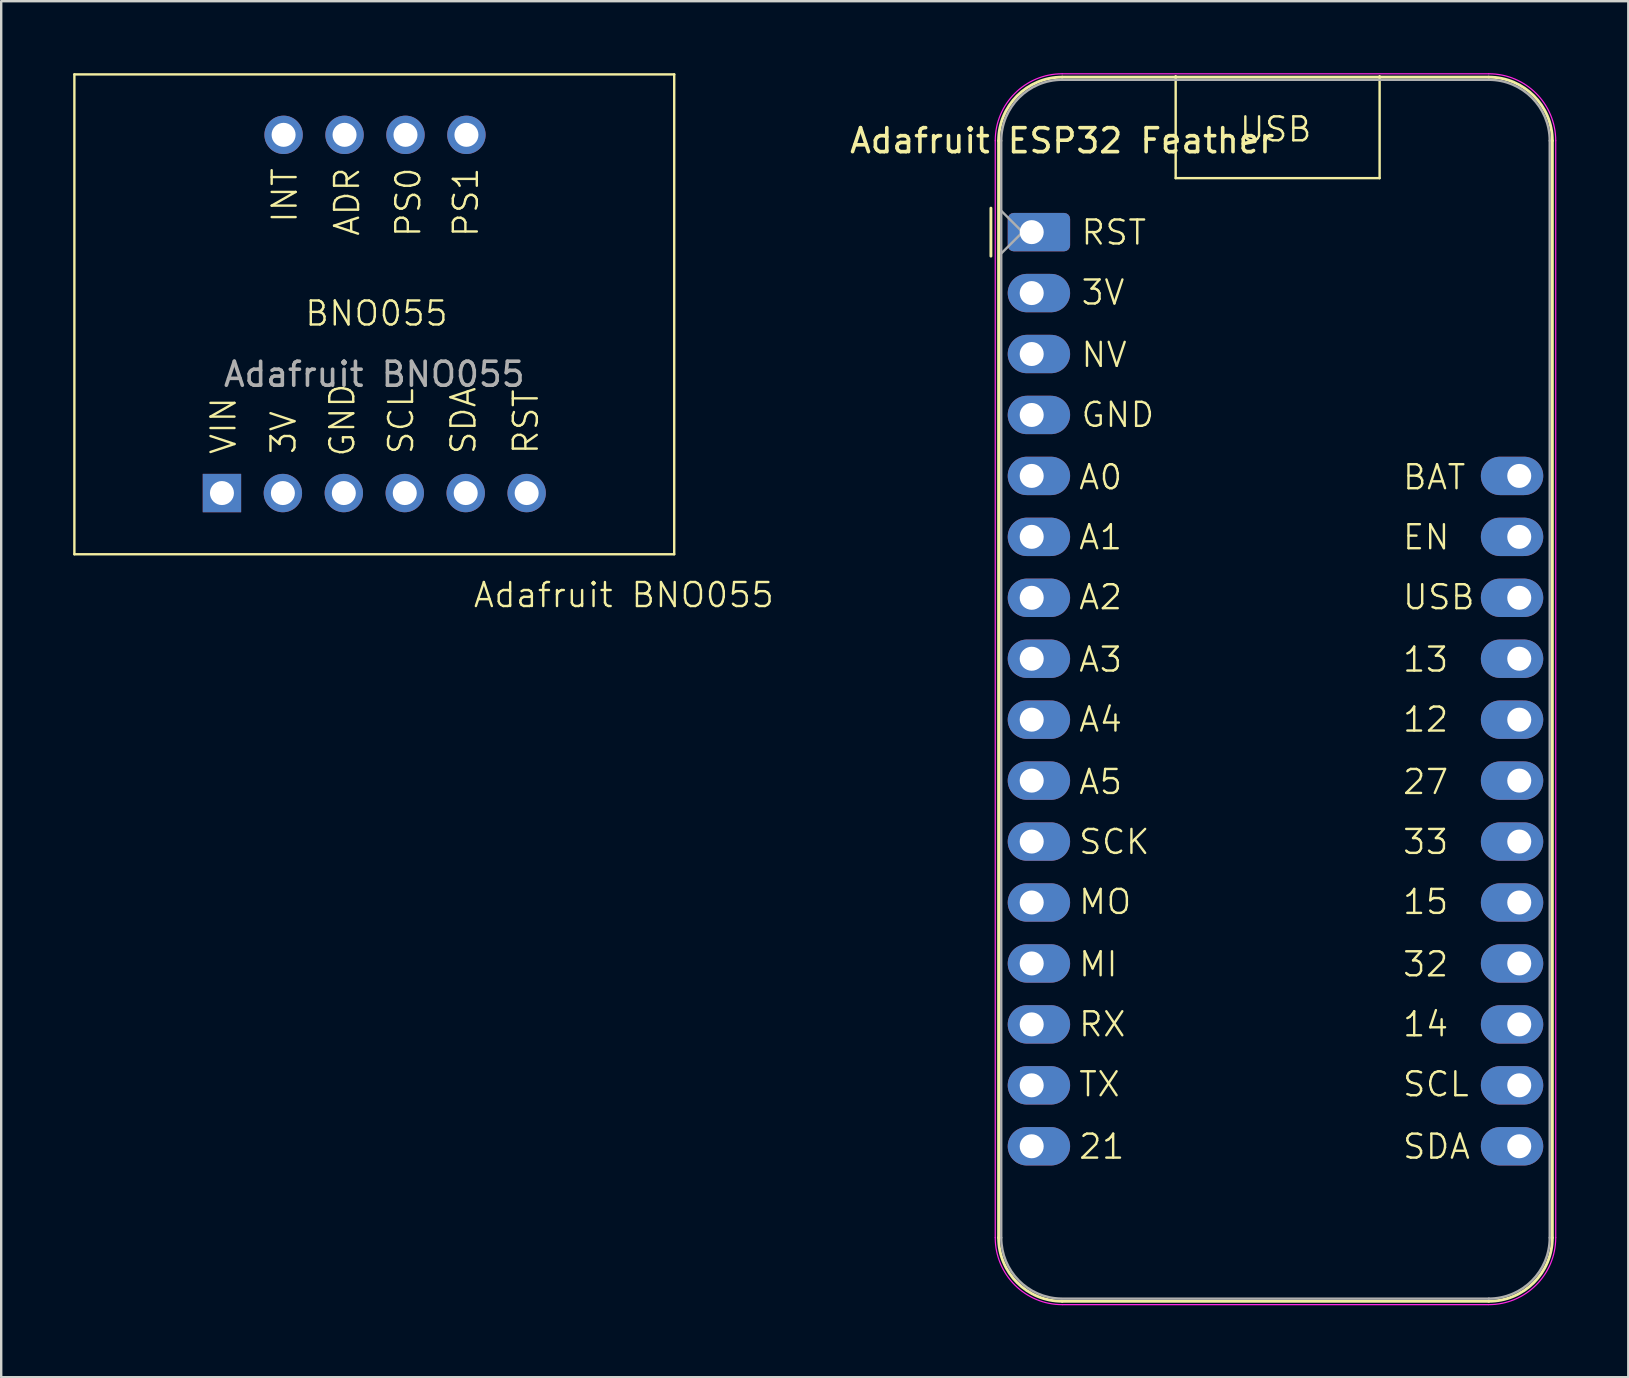
<source format=kicad_pcb>
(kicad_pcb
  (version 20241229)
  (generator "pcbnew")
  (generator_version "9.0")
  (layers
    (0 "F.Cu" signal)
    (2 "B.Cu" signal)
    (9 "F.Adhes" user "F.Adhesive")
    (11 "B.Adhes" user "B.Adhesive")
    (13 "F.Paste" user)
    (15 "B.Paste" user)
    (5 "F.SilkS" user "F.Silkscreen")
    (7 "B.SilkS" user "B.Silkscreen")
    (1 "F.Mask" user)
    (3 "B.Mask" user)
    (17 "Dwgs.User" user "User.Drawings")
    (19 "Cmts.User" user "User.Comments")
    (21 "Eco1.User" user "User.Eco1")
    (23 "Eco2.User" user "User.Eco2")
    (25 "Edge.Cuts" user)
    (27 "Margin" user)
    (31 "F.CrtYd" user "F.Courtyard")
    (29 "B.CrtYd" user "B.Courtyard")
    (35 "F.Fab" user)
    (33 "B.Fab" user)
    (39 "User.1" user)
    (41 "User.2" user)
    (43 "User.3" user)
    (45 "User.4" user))
  (footprint "Adafruit BNO055"
    (layer "F.Cu")
    (at 12.55 10.05)
    (property "Reference" "Adafruit BNO055" (at 10.4 11.7 0) (unlocked yes) (layer "F.SilkS") (effects (font (size 1 1) (thickness 0.1))))
    (attr through_hole)
    (fp_line (start -12.5 -10) (end 12.5 -10) (stroke (width 0.1) (type default)) (layer "F.SilkS"))
    (fp_line (start -12.5 10) (end -12.5 -10) (stroke (width 0.1) (type default)) (layer "F.SilkS"))
    (fp_line (start 12.5 -10) (end 12.5 10) (stroke (width 0.1) (type default)) (layer "F.SilkS"))
    (fp_line (start 12.5 10) (end -12.5 10) (stroke (width 0.1) (type default)) (layer "F.SilkS"))
    (fp_text user "SDA" (at 4.3 5.9 90) (unlocked yes) (layer "F.SilkS") (effects (font (size 1 1) (thickness 0.1)) (justify left bottom)))
    (fp_text user "BNO055" (at -2.95 0.55 0) (unlocked yes) (layer "F.SilkS") (effects (font (size 1 1) (thickness 0.1)) (justify left bottom)))
    (fp_text user "PS0" (at 2 -3.15 90) (unlocked yes) (layer "F.SilkS") (effects (font (size 1 1) (thickness 0.1)) (justify left bottom)))
    (fp_text user "GND" (at -0.75 6 90) (unlocked yes) (layer "F.SilkS") (effects (font (size 1 1) (thickness 0.1)) (justify left bottom)))
    (fp_text user "RST" (at 6.9 5.9 90) (unlocked yes) (layer "F.SilkS") (effects (font (size 1 1) (thickness 0.1)) (justify left bottom)))
    (fp_text user "ADR" (at -0.55 -3.2 90) (unlocked yes) (layer "F.SilkS") (effects (font (size 1 1) (thickness 0.1)) (justify left bottom)))
    (fp_text user "INT" (at -3.15 -3.75 90) (unlocked yes) (layer "F.SilkS") (effects (font (size 1 1) (thickness 0.1)) (justify left bottom)))
    (fp_text user "SCL" (at 1.7 5.9 90) (unlocked yes) (layer "F.SilkS") (effects (font (size 1 1) (thickness 0.1)) (justify left bottom)))
    (fp_text user "VIN" (at -5.7 5.9 90) (unlocked yes) (layer "F.SilkS") (effects (font (size 1 1) (thickness 0.1)) (justify left bottom)))
    (fp_text user "PS1" (at 4.4 -3.15 90) (unlocked yes) (layer "F.SilkS") (effects (font (size 1 1) (thickness 0.1)) (justify left bottom)))
    (fp_text user "3V" (at -3.2 5.9 90) (unlocked yes) (layer "F.SilkS") (effects (font (size 1 1) (thickness 0.1)) (justify left bottom)))
    (fp_text user "${REFERENCE}" (at 0 2.5 0) (unlocked yes) (layer "F.Fab") (effects (font (size 1 1) (thickness 0.15))))
    (pad "2" thru_hole circle (at -1.27 7.45) (size 1.6 1.6) (drill 1) (layers "*.Cu" "*.Mask"))
    (pad "3" thru_hole rect (at -6.35 7.45) (size 1.6 1.6) (drill 1) (layers "*.Cu" "*.Mask"))
    (pad "4" thru_hole circle (at -3.81 7.45) (size 1.6 1.6) (drill 1) (layers "*.Cu" "*.Mask"))
    (pad "5" thru_hole circle (at 3.84 -7.48) (size 1.6 1.6) (drill 1) (layers "*.Cu" "*.Mask"))
    (pad "6" thru_hole circle (at 1.3 -7.48) (size 1.6 1.6) (drill 1) (layers "*.Cu" "*.Mask"))
    (pad "11" thru_hole circle (at 6.35 7.45) (size 1.6 1.6) (drill 1) (layers "*.Cu" "*.Mask"))
    (pad "14" thru_hole circle (at -3.78 -7.48) (size 1.6 1.6) (drill 1) (layers "*.Cu" "*.Mask"))
    (pad "17" thru_hole circle (at -1.24 -7.48) (size 1.6 1.6) (drill 1) (layers "*.Cu" "*.Mask"))
    (pad "19" thru_hole circle (at 1.27 7.45) (size 1.6 1.6) (drill 1) (layers "*.Cu" "*.Mask"))
    (pad "20" thru_hole circle (at 3.81 7.45) (size 1.6 1.6) (drill 1) (layers "*.Cu" "*.Mask"))
    (zone (net_name "") (layer "F.SilkS") (hatch edge 0.5) (connect_pads) (min_thickness 0.25) (filled_areas_thickness no) (keepout (tracks allowed) (vias allowed) (pads not_allowed) (copperpour allowed) (footprints not_allowed)) (placement (enabled no)) (fill) (polygon (pts (xy 0.05 0.05) (xy 25.05 0.05) (xy 25.05 20.05) (xy 0.05 20.05)))))
  (footprint "Adafruit ESP32 Feather"
    (layer "F.Cu")
    (at 39.95 6.625)
    (property "Reference" "Adafruit ESP32 Feather" (at 1.27 -3.81 180) (layer "F.SilkS") (effects (font (size 1 1) (thickness 0.15))))
    (attr through_hole)
    (fp_line (start -1.7 1) (end -1.7 -1) (stroke (width 0.12) (type solid)) (layer "F.SilkS"))
    (fp_line (start -1.38 -3.81) (end -1.38 41.91) (stroke (width 0.12) (type solid)) (layer "F.SilkS"))
    (fp_line (start 6 -6.5) (end 6 -2.25) (stroke (width 0.1) (type default)) (layer "F.SilkS"))
    (fp_line (start 6 -2.25) (end 14.5 -2.25) (stroke (width 0.1) (type default)) (layer "F.SilkS"))
    (fp_line (start 14.5 -2.25) (end 14.5 -6.5) (stroke (width 0.1) (type default)) (layer "F.SilkS"))
    (fp_line (start 19.05 -6.46) (end 1.27 -6.46) (stroke (width 0.12) (type solid)) (layer "F.SilkS"))
    (fp_line (start 19.05 44.56) (end 1.27 44.56) (stroke (width 0.12) (type solid)) (layer "F.SilkS"))
    (fp_line (start 21.7 -3.81) (end 21.7 41.91) (stroke (width 0.12) (type solid)) (layer "F.SilkS"))
    (fp_arc (start -1.38 -3.81) (mid -0.603833 -5.683833) (end 1.27 -6.46) (stroke (width 0.12) (type solid)) (layer "F.SilkS"))
    (fp_arc (start 1.27 44.56) (mid -0.603833 43.783833) (end -1.38 41.91) (stroke (width 0.12) (type solid)) (layer "F.SilkS"))
    (fp_arc (start 19.05 -6.46) (mid 20.923833 -5.683833) (end 21.7 -3.81) (stroke (width 0.12) (type solid)) (layer "F.SilkS"))
    (fp_arc (start 21.7 41.91) (mid 20.923833 43.783833) (end 19.05 44.56) (stroke (width 0.12) (type solid)) (layer "F.SilkS"))
    (fp_line (start -1.52 41.91) (end -1.52 -3.81) (stroke (width 0.05) (type solid)) (layer "F.CrtYd"))
    (fp_line (start 19.05 -6.6) (end 1.27 -6.6) (stroke (width 0.05) (type solid)) (layer "F.CrtYd"))
    (fp_line (start 19.05 44.7) (end 1.27 44.7) (stroke (width 0.05) (type solid)) (layer "F.CrtYd"))
    (fp_line (start 21.84 41.91) (end 21.84 -3.81) (stroke (width 0.05) (type solid)) (layer "F.CrtYd"))
    (fp_arc (start -1.52 -3.81) (mid -0.702828 -5.782828) (end 1.27 -6.6) (stroke (width 0.05) (type solid)) (layer "F.CrtYd"))
    (fp_arc (start 1.27 44.7) (mid -0.702828 43.882828) (end -1.52 41.91) (stroke (width 0.05) (type solid)) (layer "F.CrtYd"))
    (fp_arc (start 19.05 -6.6) (mid 21.022828 -5.782828) (end 21.84 -3.81) (stroke (width 0.05) (type solid)) (layer "F.CrtYd"))
    (fp_arc (start 21.84 41.91) (mid 21.022828 43.882828) (end 19.05 44.7) (stroke (width 0.05) (type solid)) (layer "F.CrtYd"))
    (fp_line (start -1.27 -3.81) (end -1.27 41.91) (stroke (width 0.1) (type solid)) (layer "F.Fab"))
    (fp_line (start -1.27 -0.889) (end -0.381 0) (stroke (width 0.1) (type solid)) (layer "F.Fab"))
    (fp_line (start -0.381 0) (end -1.27 0.889) (stroke (width 0.1) (type solid)) (layer "F.Fab"))
    (fp_line (start 1.27 44.45) (end 19.05 44.45) (stroke (width 0.1) (type solid)) (layer "F.Fab"))
    (fp_line (start 19.05 -6.35) (end 1.27 -6.35) (stroke (width 0.1) (type solid)) (layer "F.Fab"))
    (fp_line (start 21.59 41.91) (end 21.59 -3.81) (stroke (width 0.1) (type solid)) (layer "F.Fab"))
    (fp_arc (start -1.27 -3.81) (mid -0.526051 -5.606051) (end 1.27 -6.35) (stroke (width 0.1) (type solid)) (layer "F.Fab"))
    (fp_arc (start 1.221238 44.449532) (mid -0.543209 43.688728) (end -1.27 41.91) (stroke (width 0.1) (type solid)) (layer "F.Fab"))
    (fp_arc (start 19.05 -6.35) (mid 20.846051 -5.606051) (end 21.59 -3.81) (stroke (width 0.1) (type solid)) (layer "F.Fab"))
    (fp_arc (start 21.59 41.91) (mid 20.846051 43.706051) (end 19.05 44.45) (stroke (width 0.1) (type solid)) (layer "F.Fab"))
    (fp_text user "BAT" (at 15.4 10.8 0) (unlocked yes) (layer "F.SilkS") (effects (font (size 1 1) (thickness 0.1)) (justify left bottom)))
    (fp_text user "A0" (at 1.9 10.8 0) (unlocked yes) (layer "F.SilkS") (effects (font (size 1 1) (thickness 0.1)) (justify left bottom)))
    (fp_text user "A3" (at 1.9 18.4 0) (unlocked yes) (layer "F.SilkS") (effects (font (size 1 1) (thickness 0.1)) (justify left bottom)))
    (fp_text user "21" (at 1.9 38.7 0) (unlocked yes) (layer "F.SilkS") (effects (font (size 1 1) (thickness 0.1)) (justify left bottom)))
    (fp_text user "RST" (at 2 0.6 0) (unlocked yes) (layer "F.SilkS") (effects (font (size 1 1) (thickness 0.1)) (justify left bottom)))
    (fp_text user "USB" (at 8.6 -3.7 0) (unlocked yes) (layer "F.SilkS") (effects (font (size 1 1) (thickness 0.1)) (justify left bottom)))
    (fp_text user "A4" (at 1.9 20.9 0) (unlocked yes) (layer "F.SilkS") (effects (font (size 1 1) (thickness 0.1)) (justify left bottom)))
    (fp_text user "SCK" (at 1.9 26 0) (unlocked yes) (layer "F.SilkS") (effects (font (size 1 1) (thickness 0.1)) (justify left bottom)))
    (fp_text user "USB" (at 15.4 15.8 0) (unlocked yes) (layer "F.SilkS") (effects (font (size 1 1) (thickness 0.1)) (justify left bottom)))
    (fp_text user "MO" (at 1.9 28.5 0) (unlocked yes) (layer "F.SilkS") (effects (font (size 1 1) (thickness 0.1)) (justify left bottom)))
    (fp_text user "3V" (at 2 3.1 0) (unlocked yes) (layer "F.SilkS") (effects (font (size 1 1) (thickness 0.1)) (justify left bottom)))
    (fp_text user "SDA" (at 15.4 38.7 0) (unlocked yes) (layer "F.SilkS") (effects (font (size 1 1) (thickness 0.1)) (justify left bottom)))
    (fp_text user "14" (at 15.4 33.6 0) (unlocked yes) (layer "F.SilkS") (effects (font (size 1 1) (thickness 0.1)) (justify left bottom)))
    (fp_text user "32" (at 15.4 31.1 0) (unlocked yes) (layer "F.SilkS") (effects (font (size 1 1) (thickness 0.1)) (justify left bottom)))
    (fp_text user "A2" (at 1.9 15.8 0) (unlocked yes) (layer "F.SilkS") (effects (font (size 1 1) (thickness 0.1)) (justify left bottom)))
    (fp_text user "A1" (at 1.9 13.3 0) (unlocked yes) (layer "F.SilkS") (effects (font (size 1 1) (thickness 0.1)) (justify left bottom)))
    (fp_text user "A5" (at 1.9 23.5 0) (unlocked yes) (layer "F.SilkS") (effects (font (size 1 1) (thickness 0.1)) (justify left bottom)))
    (fp_text user "33" (at 15.4 26 0) (unlocked yes) (layer "F.SilkS") (effects (font (size 1 1) (thickness 0.1)) (justify left bottom)))
    (fp_text user "EN" (at 15.4 13.3 0) (unlocked yes) (layer "F.SilkS") (effects (font (size 1 1) (thickness 0.1)) (justify left bottom)))
    (fp_text user "15" (at 15.4 28.5 0) (unlocked yes) (layer "F.SilkS") (effects (font (size 1 1) (thickness 0.1)) (justify left bottom)))
    (fp_text user "MI" (at 1.9 31.1 0) (unlocked yes) (layer "F.SilkS") (effects (font (size 1 1) (thickness 0.1)) (justify left bottom)))
    (fp_text user "NV" (at 2 5.7 0) (unlocked yes) (layer "F.SilkS") (effects (font (size 1 1) (thickness 0.1)) (justify left bottom)))
    (fp_text user "13" (at 15.4 18.4 0) (unlocked yes) (layer "F.SilkS") (effects (font (size 1 1) (thickness 0.1)) (justify left bottom)))
    (fp_text user "RX" (at 1.9 33.6 0) (unlocked yes) (layer "F.SilkS") (effects (font (size 1 1) (thickness 0.1)) (justify left bottom)))
    (fp_text user "TX" (at 1.9 36.1 0) (unlocked yes) (layer "F.SilkS") (effects (font (size 1 1) (thickness 0.1)) (justify left bottom)))
    (fp_text user "12" (at 15.4 20.9 0) (unlocked yes) (layer "F.SilkS") (effects (font (size 1 1) (thickness 0.1)) (justify left bottom)))
    (fp_text user "27" (at 15.4 23.5 0) (unlocked yes) (layer "F.SilkS") (effects (font (size 1 1) (thickness 0.1)) (justify left bottom)))
    (fp_text user "GND" (at 2 8.2 0) (unlocked yes) (layer "F.SilkS") (effects (font (size 1 1) (thickness 0.1)) (justify left bottom)))
    (fp_text user "SCL" (at 15.4 36.1 0) (unlocked yes) (layer "F.SilkS") (effects (font (size 1 1) (thickness 0.1)) (justify left bottom)))
    (pad "1" thru_hole roundrect (at 0 0) (size 2.6 1.6) (drill 1 (offset 0.3 0)) (layers "*.Cu" "*.Mask") (roundrect_rratio 0.156))
    (pad "2" thru_hole oval (at 0 2.54) (size 2.6 1.6) (drill 1 (offset 0.3 0)) (layers "*.Cu" "*.Mask"))
    (pad "3" thru_hole oval (at 0 5.08) (size 2.6 1.6) (drill 1 (offset 0.3 0)) (layers "*.Cu" "*.Mask"))
    (pad "4" thru_hole oval (at 0 7.62) (size 2.6 1.6) (drill 1 (offset 0.3 0)) (layers "*.Cu" "*.Mask"))
    (pad "5" thru_hole oval (at 0 10.16) (size 2.6 1.6) (drill 1 (offset 0.3 0)) (layers "*.Cu" "*.Mask"))
    (pad "6" thru_hole oval (at 0 12.7) (size 2.6 1.6) (drill 1 (offset 0.3 0)) (layers "*.Cu" "*.Mask"))
    (pad "7" thru_hole oval (at 0 15.24) (size 2.6 1.6) (drill 1 (offset 0.3 0)) (layers "*.Cu" "*.Mask"))
    (pad "8" thru_hole oval (at 0 17.78) (size 2.6 1.6) (drill 1 (offset 0.3 0)) (layers "*.Cu" "*.Mask"))
    (pad "9" thru_hole oval (at 0 20.32) (size 2.6 1.6) (drill 1 (offset 0.3 0)) (layers "*.Cu" "*.Mask"))
    (pad "10" thru_hole oval (at 0 22.86) (size 2.6 1.6) (drill 1 (offset 0.3 0)) (layers "*.Cu" "*.Mask"))
    (pad "11" thru_hole oval (at 0 25.4) (size 2.6 1.6) (drill 1 (offset 0.3 0)) (layers "*.Cu" "*.Mask"))
    (pad "12" thru_hole oval (at 0 27.94) (size 2.6 1.6) (drill 1 (offset 0.3 0)) (layers "*.Cu" "*.Mask"))
    (pad "13" thru_hole oval (at 0 30.48) (size 2.6 1.6) (drill 1 (offset 0.3 0)) (layers "*.Cu" "*.Mask"))
    (pad "14" thru_hole oval (at 0 33.02) (size 2.6 1.6) (drill 1 (offset 0.3 0)) (layers "*.Cu" "*.Mask"))
    (pad "15" thru_hole oval (at 0 35.56) (size 2.6 1.6) (drill 1 (offset 0.3 0)) (layers "*.Cu" "*.Mask"))
    (pad "16" thru_hole oval (at 0 38.1) (size 2.6 1.6) (drill 1 (offset 0.3 0)) (layers "*.Cu" "*.Mask"))
    (pad "17" thru_hole oval (at 20.32 38.1 180) (size 2.6 1.6) (drill 1 (offset 0.3 0)) (layers "*.Cu" "*.Mask"))
    (pad "18" thru_hole oval (at 20.32 35.56 180) (size 2.6 1.6) (drill 1 (offset 0.3 0)) (layers "*.Cu" "*.Mask"))
    (pad "19" thru_hole oval (at 20.32 33.02 180) (size 2.6 1.6) (drill 1 (offset 0.3 0)) (layers "*.Cu" "*.Mask"))
    (pad "20" thru_hole oval (at 20.32 30.48 180) (size 2.6 1.6) (drill 1 (offset 0.3 0)) (layers "*.Cu" "*.Mask"))
    (pad "21" thru_hole oval (at 20.32 27.94 180) (size 2.6 1.6) (drill 1 (offset 0.3 0)) (layers "*.Cu" "*.Mask"))
    (pad "22" thru_hole oval (at 20.32 25.4 180) (size 2.6 1.6) (drill 1 (offset 0.3 0)) (layers "*.Cu" "*.Mask"))
    (pad "23" thru_hole oval (at 20.32 22.86 180) (size 2.6 1.6) (drill 1 (offset 0.3 0)) (layers "*.Cu" "*.Mask"))
    (pad "24" thru_hole oval (at 20.32 20.32 180) (size 2.6 1.6) (drill 1 (offset 0.3 0)) (layers "*.Cu" "*.Mask"))
    (pad "25" thru_hole oval (at 20.32 17.78 180) (size 2.6 1.6) (drill 1 (offset 0.3 0)) (layers "*.Cu" "*.Mask"))
    (pad "26" thru_hole oval (at 20.32 15.24 180) (size 2.6 1.6) (drill 1 (offset 0.3 0)) (layers "*.Cu" "*.Mask"))
    (pad "27" thru_hole oval (at 20.32 12.7 180) (size 2.6 1.6) (drill 1 (offset 0.3 0)) (layers "*.Cu" "*.Mask"))
    (pad "28" thru_hole oval (at 20.32 10.16 180) (size 2.6 1.6) (drill 1 (offset 0.3 0)) (layers "*.Cu" "*.Mask")))
  (gr_rect
    (start -3 -3)
    (end 64.815 54.35)
    (stroke (width 0.1) (type default))
    (fill no)
    (layer "Edge.Cuts")))
</source>
